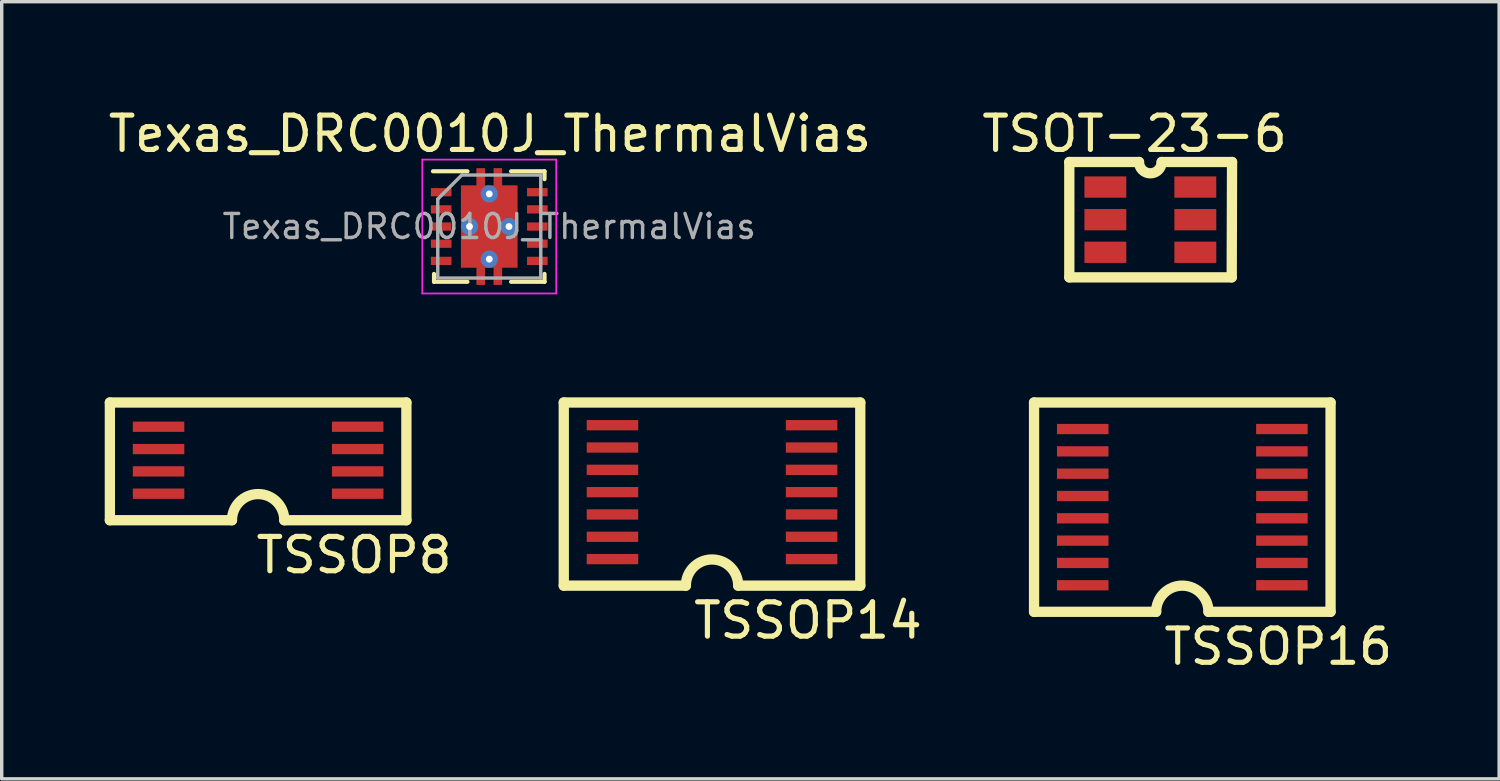
<source format=kicad_pcb>
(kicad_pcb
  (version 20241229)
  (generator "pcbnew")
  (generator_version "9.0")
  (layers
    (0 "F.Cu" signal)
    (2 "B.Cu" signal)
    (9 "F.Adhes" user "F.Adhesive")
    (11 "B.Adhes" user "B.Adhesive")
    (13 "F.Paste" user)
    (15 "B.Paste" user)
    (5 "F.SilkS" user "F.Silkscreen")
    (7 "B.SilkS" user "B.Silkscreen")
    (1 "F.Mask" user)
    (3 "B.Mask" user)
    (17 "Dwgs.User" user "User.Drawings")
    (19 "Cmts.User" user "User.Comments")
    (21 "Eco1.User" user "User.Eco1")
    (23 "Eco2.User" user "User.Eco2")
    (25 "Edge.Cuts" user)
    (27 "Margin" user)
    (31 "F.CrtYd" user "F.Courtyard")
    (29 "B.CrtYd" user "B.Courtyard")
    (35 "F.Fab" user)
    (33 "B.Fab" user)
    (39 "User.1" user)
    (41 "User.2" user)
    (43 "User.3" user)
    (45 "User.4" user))
  (footprint "TSSOP14"
    (layer "F.Cu")
    (at 17.688 10.959)
    (property "Reference" "TSSOP14" (at 2.794 4.064 0) (layer "F.SilkS") (effects (font (size 1 1) (thickness 0.15))))
    (attr through_hole)
    (fp_line (start -4.318 -2.286) (end -4.318 3.048) (stroke (width 0.3) (type solid)) (layer "F.SilkS"))
    (fp_line (start -4.318 -2.286) (end 4.318 -2.286) (stroke (width 0.3) (type solid)) (layer "F.SilkS"))
    (fp_line (start -4.318 3.048) (end -0.762 3.048) (stroke (width 0.3) (type solid)) (layer "F.SilkS"))
    (fp_line (start 4.318 -2.286) (end 4.318 3.048) (stroke (width 0.3) (type solid)) (layer "F.SilkS"))
    (fp_line (start 4.318 3.048) (end 0.762 3.048) (stroke (width 0.3) (type solid)) (layer "F.SilkS"))
    (fp_arc (start -0.762 3.048) (mid 0 2.286) (end 0.762 3.048) (stroke (width 0.3) (type solid)) (layer "F.SilkS"))
    (pad "1" smd rect (at 2.9 2.275 90) (size 0.3 1.5) (layers "F.Cu" "F.Mask" "F.Paste"))
    (pad "2" smd rect (at 2.9 1.625 90) (size 0.3 1.5) (layers "F.Cu" "F.Mask" "F.Paste"))
    (pad "3" smd rect (at 2.9 0.975 90) (size 0.3 1.5) (layers "F.Cu" "F.Mask" "F.Paste"))
    (pad "4" smd rect (at 2.9 0.325 90) (size 0.3 1.5) (layers "F.Cu" "F.Mask" "F.Paste"))
    (pad "5" smd rect (at 2.9 -0.325 90) (size 0.3 1.5) (layers "F.Cu" "F.Mask" "F.Paste"))
    (pad "6" smd rect (at 2.9 -0.975 90) (size 0.3 1.5) (layers "F.Cu" "F.Mask" "F.Paste"))
    (pad "7" smd rect (at 2.9 -1.625 90) (size 0.3 1.5) (layers "F.Cu" "F.Mask" "F.Paste"))
    (pad "8" smd rect (at -2.9 -1.625 90) (size 0.3 1.5) (layers "F.Cu" "F.Mask" "F.Paste"))
    (pad "9" smd rect (at -2.9 -0.975 90) (size 0.3 1.5) (layers "F.Cu" "F.Mask" "F.Paste"))
    (pad "10" smd rect (at -2.9 -0.325 90) (size 0.3 1.5) (layers "F.Cu" "F.Mask" "F.Paste"))
    (pad "11" smd rect (at -2.9 0.325 90) (size 0.3 1.5) (layers "F.Cu" "F.Mask" "F.Paste"))
    (pad "12" smd rect (at -2.9 0.975 90) (size 0.3 1.5) (layers "F.Cu" "F.Mask" "F.Paste"))
    (pad "13" smd rect (at -2.9 1.625 90) (size 0.3 1.5) (layers "F.Cu" "F.Mask" "F.Paste"))
    (pad "14" smd rect (at -2.9 2.275 90) (size 0.3 1.5) (layers "F.Cu" "F.Mask" "F.Paste")))
  (footprint "TSSOP16"
    (layer "F.Cu")
    (at 31.385 11.721)
    (property "Reference" "TSSOP16" (at 2.794 4.064 0) (layer "F.SilkS") (effects (font (size 1 1) (thickness 0.15))))
    (attr through_hole)
    (fp_line (start -4.318 -3.048) (end -4.318 3.048) (stroke (width 0.3) (type solid)) (layer "F.SilkS"))
    (fp_line (start -4.318 -3.048) (end 4.318 -3.048) (stroke (width 0.3) (type solid)) (layer "F.SilkS"))
    (fp_line (start -4.318 3.048) (end -0.762 3.048) (stroke (width 0.3) (type solid)) (layer "F.SilkS"))
    (fp_line (start 4.318 -3.048) (end 4.318 3.048) (stroke (width 0.3) (type solid)) (layer "F.SilkS"))
    (fp_line (start 4.318 3.048) (end 0.762 3.048) (stroke (width 0.3) (type solid)) (layer "F.SilkS"))
    (fp_arc (start -0.762 3.048) (mid 0 2.286) (end 0.762 3.048) (stroke (width 0.3) (type solid)) (layer "F.SilkS"))
    (pad "1" smd rect (at 2.9 2.275 90) (size 0.3 1.5) (layers "F.Cu" "F.Mask" "F.Paste"))
    (pad "2" smd rect (at 2.9 1.625 90) (size 0.3 1.5) (layers "F.Cu" "F.Mask" "F.Paste"))
    (pad "3" smd rect (at 2.9 0.975 90) (size 0.3 1.5) (layers "F.Cu" "F.Mask" "F.Paste"))
    (pad "4" smd rect (at 2.9 0.325 90) (size 0.3 1.5) (layers "F.Cu" "F.Mask" "F.Paste"))
    (pad "5" smd rect (at 2.9 -0.325 90) (size 0.3 1.5) (layers "F.Cu" "F.Mask" "F.Paste"))
    (pad "6" smd rect (at 2.9 -0.975 90) (size 0.3 1.5) (layers "F.Cu" "F.Mask" "F.Paste"))
    (pad "7" smd rect (at 2.9 -1.625 90) (size 0.3 1.5) (layers "F.Cu" "F.Mask" "F.Paste"))
    (pad "8" smd rect (at 2.9 -2.275 90) (size 0.3 1.5) (layers "F.Cu" "F.Mask" "F.Paste"))
    (pad "9" smd rect (at -2.9 -2.275 90) (size 0.3 1.5) (layers "F.Cu" "F.Mask" "F.Paste"))
    (pad "10" smd rect (at -2.9 -1.625 90) (size 0.3 1.5) (layers "F.Cu" "F.Mask" "F.Paste"))
    (pad "11" smd rect (at -2.9 -0.975 90) (size 0.3 1.5) (layers "F.Cu" "F.Mask" "F.Paste"))
    (pad "12" smd rect (at -2.9 -0.325 90) (size 0.3 1.5) (layers "F.Cu" "F.Mask" "F.Paste"))
    (pad "13" smd rect (at -2.9 0.325 90) (size 0.3 1.5) (layers "F.Cu" "F.Mask" "F.Paste"))
    (pad "14" smd rect (at -2.9 0.975 90) (size 0.3 1.5) (layers "F.Cu" "F.Mask" "F.Paste"))
    (pad "15" smd rect (at -2.9 1.625 90) (size 0.3 1.5) (layers "F.Cu" "F.Mask" "F.Paste"))
    (pad "16" smd rect (at -2.9 2.275 90) (size 0.3 1.5) (layers "F.Cu" "F.Mask" "F.Paste")))
  (footprint "Texas_DRC0010J_ThermalVias"
    (layer "F.Cu")
    (at 11.2 3.548)
    (property "Reference" "Texas_DRC0010J_ThermalVias" (at 0.02 -2.7 0) (layer "F.SilkS") (effects (font (size 1 1) (thickness 0.15))))
    (attr smd)
    (fp_line (start -1.64 -1.61) (end -0.635 -1.61) (stroke (width 0.12) (type solid)) (layer "F.SilkS"))
    (fp_line (start -1.61 1.38) (end -1.61 1.61) (stroke (width 0.12) (type solid)) (layer "F.SilkS"))
    (fp_line (start -1.61 1.61) (end -0.635 1.61) (stroke (width 0.12) (type solid)) (layer "F.SilkS"))
    (fp_line (start 0.635 -1.61) (end 1.61 -1.61) (stroke (width 0.12) (type solid)) (layer "F.SilkS"))
    (fp_line (start 0.635 1.61) (end 1.61 1.61) (stroke (width 0.12) (type solid)) (layer "F.SilkS"))
    (fp_line (start 1.61 -1.61) (end 1.61 -1.38) (stroke (width 0.12) (type solid)) (layer "F.SilkS"))
    (fp_line (start 1.61 1.38) (end 1.61 1.61) (stroke (width 0.12) (type solid)) (layer "F.SilkS"))
    (fp_line (start -1.95 -1.95) (end -1.95 1.95) (stroke (width 0.05) (type solid)) (layer "F.CrtYd"))
    (fp_line (start -1.95 -1.95) (end 1.95 -1.95) (stroke (width 0.05) (type solid)) (layer "F.CrtYd"))
    (fp_line (start -1.95 1.95) (end 1.95 1.95) (stroke (width 0.05) (type solid)) (layer "F.CrtYd"))
    (fp_line (start 1.95 -1.95) (end 1.95 1.95) (stroke (width 0.05) (type solid)) (layer "F.CrtYd"))
    (fp_line (start -1.5 -0.8) (end -1.5 1.5) (stroke (width 0.1) (type solid)) (layer "F.Fab"))
    (fp_line (start -1.5 -0.8) (end -0.8 -1.5) (stroke (width 0.1) (type solid)) (layer "F.Fab"))
    (fp_line (start -1.5 1.5) (end 1.5 1.5) (stroke (width 0.1) (type solid)) (layer "F.Fab"))
    (fp_line (start -0.8 -1.5) (end 1.5 -1.5) (stroke (width 0.1) (type solid)) (layer "F.Fab"))
    (fp_line (start 1.5 -1.5) (end 1.5 1.5) (stroke (width 0.1) (type solid)) (layer "F.Fab"))
    (fp_text user "${REFERENCE}" (at 0 0 0) (layer "F.Fab") (effects (font (size 0.7 0.7) (thickness 0.1))))
    (pad "" smd roundrect (at -0.25 -1.53) (size 0.25 0.34) (layers "F.Paste") (roundrect_rratio 0.1))
    (pad "" smd roundrect (at -0.25 1.53) (size 0.25 0.34) (layers "F.Paste") (roundrect_rratio 0.1))
    (pad "" smd roundrect (at 0 -0.63) (size 1.5 1.06) (layers "F.Paste") (roundrect_rratio 0.1))
    (pad "" smd roundrect (at 0 0.63) (size 1.5 1.06) (layers "F.Paste") (roundrect_rratio 0.1))
    (pad "" smd roundrect (at 0.25 -1.53) (size 0.25 0.34) (layers "F.Paste") (roundrect_rratio 0.1))
    (pad "" smd roundrect (at 0.25 1.53) (size 0.25 0.34) (layers "F.Paste") (roundrect_rratio 0.1))
    (pad "1" smd rect (at -1.4 -1) (size 0.6 0.24) (layers "F.Cu" "F.Mask" "F.Paste"))
    (pad "2" smd rect (at -1.4 -0.5) (size 0.6 0.24) (layers "F.Cu" "F.Mask" "F.Paste"))
    (pad "3" smd rect (at -1.4 0) (size 0.6 0.24) (layers "F.Cu" "F.Mask" "F.Paste"))
    (pad "4" smd rect (at -1.4 0.5) (size 0.6 0.24) (layers "F.Cu" "F.Mask" "F.Paste"))
    (pad "5" smd rect (at -1.4 1) (size 0.6 0.24) (layers "F.Cu" "F.Mask" "F.Paste"))
    (pad "6" smd rect (at 1.4 1) (size 0.6 0.24) (layers "F.Cu" "F.Mask" "F.Paste"))
    (pad "7" smd rect (at 1.4 0.5) (size 0.6 0.24) (layers "F.Cu" "F.Mask" "F.Paste"))
    (pad "8" smd rect (at 1.4 0) (size 0.6 0.24) (layers "F.Cu" "F.Mask" "F.Paste"))
    (pad "9" smd rect (at 1.4 -0.5) (size 0.6 0.24) (layers "F.Cu" "F.Mask" "F.Paste"))
    (pad "10" smd rect (at 1.4 -1) (size 0.6 0.24) (layers "F.Cu" "F.Mask" "F.Paste"))
    (pad "11" thru_hole circle (at -0.575 0) (size 0.5 0.5) (drill 0.2) (layers "*.Cu"))
    (pad "11" thru_hole circle (at 0 -0.95) (size 0.5 0.5) (drill 0.2) (layers "*.Cu"))
    (pad "11" smd custom (at 0 0) (size 1.65 2.4) (layers "F.Cu" "F.Mask") (options (anchor rect)) (primitives (gr_poly (pts (xy -0.375 -1.1) (xy -0.375 -1.7) (xy -0.125 -1.7) (xy -0.125 -1.1) (xy 0.125 -1.1) (xy 0.125 -1.7) (xy 0.375 -1.7) (xy 0.375 1.7) (xy 0.125 1.7) (xy 0.125 1.1) (xy -0.125 1.1) (xy -0.125 1.7) (xy -0.375 1.7)) (width 0) (fill yes))))
    (pad "11" thru_hole circle (at 0 0.95) (size 0.5 0.5) (drill 0.2) (layers "*.Cu"))
    (pad "11" thru_hole circle (at 0.575 0) (size 0.5 0.5) (drill 0.2) (layers "*.Cu")))
  (footprint "TSSOP8"
    (layer "F.Cu")
    (at 4.468 9.054)
    (property "Reference" "TSSOP8" (at 2.794 4.064 0) (layer "F.SilkS") (effects (font (size 1 1) (thickness 0.15))))
    (attr through_hole)
    (fp_line (start -4.318 -0.381) (end -4.318 3.048) (stroke (width 0.3) (type solid)) (layer "F.SilkS"))
    (fp_line (start -4.318 -0.381) (end 4.318 -0.381) (stroke (width 0.3) (type solid)) (layer "F.SilkS"))
    (fp_line (start -4.318 3.048) (end -0.762 3.048) (stroke (width 0.3) (type solid)) (layer "F.SilkS"))
    (fp_line (start 4.318 -0.381) (end 4.318 3.048) (stroke (width 0.3) (type solid)) (layer "F.SilkS"))
    (fp_line (start 4.318 3.048) (end 0.762 3.048) (stroke (width 0.3) (type solid)) (layer "F.SilkS"))
    (fp_arc (start -0.762 3.048) (mid 0 2.286) (end 0.762 3.048) (stroke (width 0.3) (type solid)) (layer "F.SilkS"))
    (pad "1" smd rect (at 2.9 2.275 90) (size 0.3 1.5) (layers "F.Cu" "F.Mask" "F.Paste"))
    (pad "2" smd rect (at 2.9 1.625 90) (size 0.3 1.5) (layers "F.Cu" "F.Mask" "F.Paste"))
    (pad "3" smd rect (at 2.9 0.975 90) (size 0.3 1.5) (layers "F.Cu" "F.Mask" "F.Paste"))
    (pad "4" smd rect (at 2.9 0.325 90) (size 0.3 1.5) (layers "F.Cu" "F.Mask" "F.Paste"))
    (pad "5" smd rect (at -2.9 0.325 90) (size 0.3 1.5) (layers "F.Cu" "F.Mask" "F.Paste"))
    (pad "6" smd rect (at -2.9 0.975 90) (size 0.3 1.5) (layers "F.Cu" "F.Mask" "F.Paste"))
    (pad "7" smd rect (at -2.9 1.625 90) (size 0.3 1.5) (layers "F.Cu" "F.Mask" "F.Paste"))
    (pad "8" smd rect (at -2.9 2.275 90) (size 0.3 1.5) (layers "F.Cu" "F.Mask" "F.Paste")))
  (footprint "TSOT-23-6"
    (layer "F.Cu")
    (at 29.144 2.398)
    (property "Reference" "TSOT-23-6" (at 0.85 -1.55 0) (layer "F.SilkS") (effects (font (size 1 1) (thickness 0.15))))
    (attr through_hole)
    (fp_line (start -1.05 -0.73) (end -1.05 2.63) (stroke (width 0.3) (type solid)) (layer "F.SilkS"))
    (fp_line (start -1.05 -0.73) (end 0.98 -0.73) (stroke (width 0.3) (type solid)) (layer "F.SilkS"))
    (fp_line (start -1.05 2.63) (end 3.68 2.63) (stroke (width 0.3) (type solid)) (layer "F.SilkS"))
    (fp_line (start 3.68 2.63) (end 3.69 -0.73) (stroke (width 0.3) (type solid)) (layer "F.SilkS"))
    (fp_line (start 3.69 -0.73) (end 1.64 -0.73) (stroke (width 0.3) (type solid)) (layer "F.SilkS"))
    (fp_arc (start 1.64 -0.73) (mid 1.31 -0.4) (end 0.98 -0.73) (stroke (width 0.3) (type solid)) (layer "F.SilkS"))
    (pad "1" smd rect (at 0 0) (size 1.22 0.62) (layers "F.Cu" "F.Mask" "F.Paste"))
    (pad "2" smd rect (at 0 0.95) (size 1.22 0.62) (layers "F.Cu" "F.Mask" "F.Paste"))
    (pad "3" smd rect (at 0 1.9) (size 1.22 0.62) (layers "F.Cu" "F.Mask" "F.Paste"))
    (pad "4" smd rect (at 2.62 1.9) (size 1.22 0.62) (layers "F.Cu" "F.Mask" "F.Paste"))
    (pad "5" smd rect (at 2.62 0.95) (size 1.22 0.62) (layers "F.Cu" "F.Mask" "F.Paste"))
    (pad "6" smd rect (at 2.62 0) (size 1.22 0.62) (layers "F.Cu" "F.Mask" "F.Paste")))
  (gr_rect
    (start -3 -3)
    (end 40.613 19.634)
    (stroke (width 0.1) (type default))
    (fill no)
    (layer "Edge.Cuts")))
</source>
